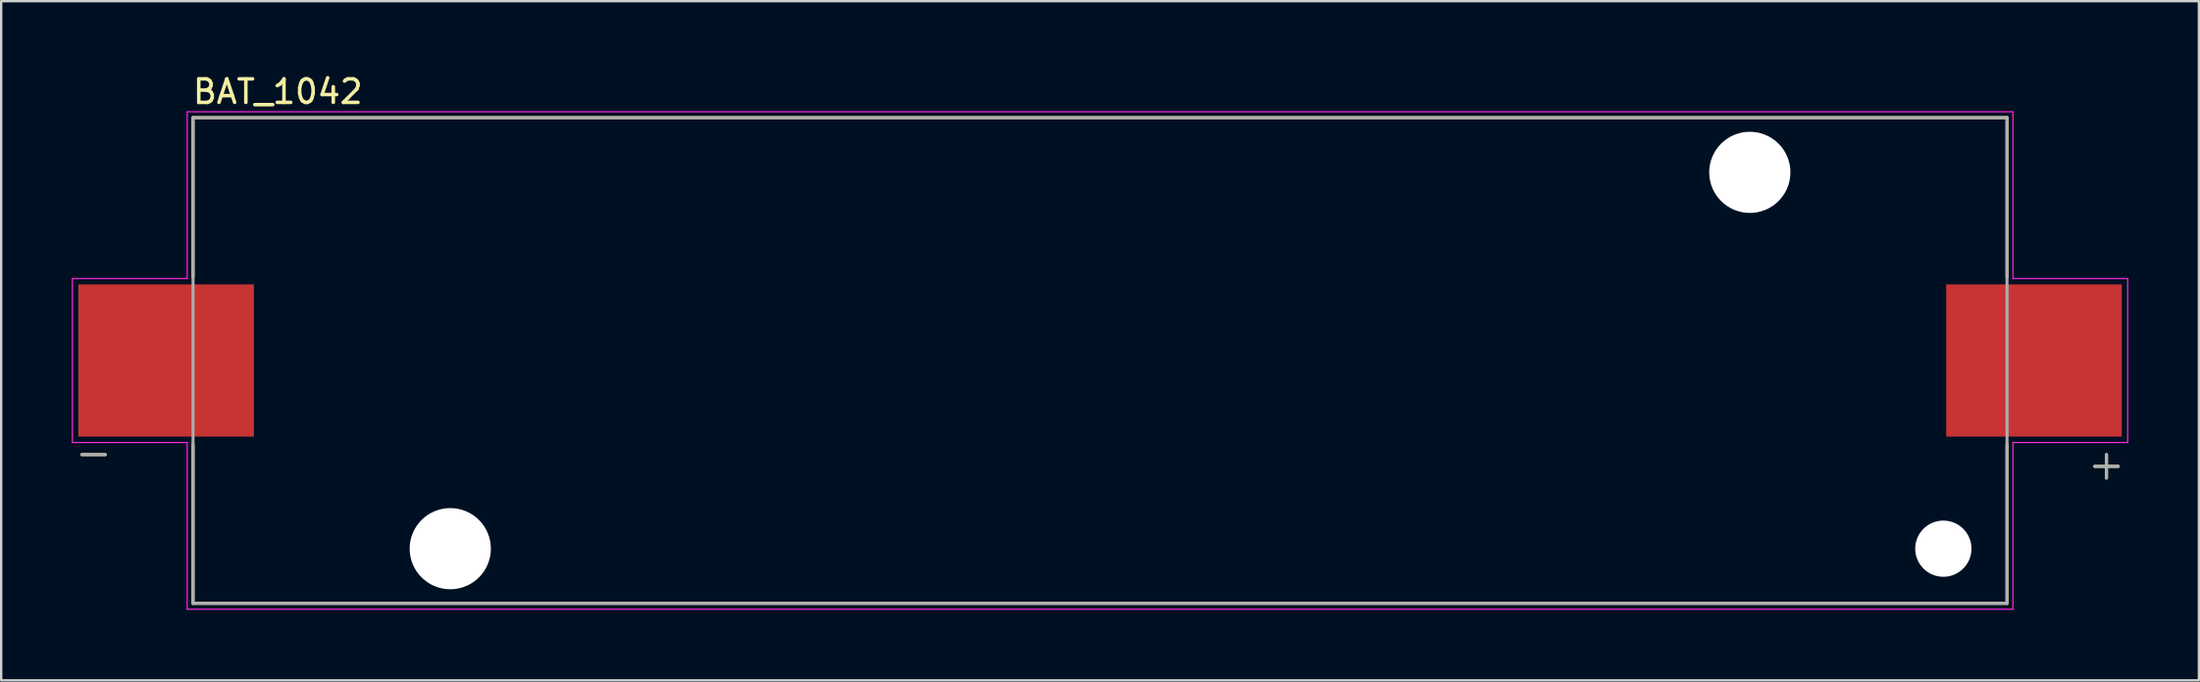
<source format=kicad_pcb>
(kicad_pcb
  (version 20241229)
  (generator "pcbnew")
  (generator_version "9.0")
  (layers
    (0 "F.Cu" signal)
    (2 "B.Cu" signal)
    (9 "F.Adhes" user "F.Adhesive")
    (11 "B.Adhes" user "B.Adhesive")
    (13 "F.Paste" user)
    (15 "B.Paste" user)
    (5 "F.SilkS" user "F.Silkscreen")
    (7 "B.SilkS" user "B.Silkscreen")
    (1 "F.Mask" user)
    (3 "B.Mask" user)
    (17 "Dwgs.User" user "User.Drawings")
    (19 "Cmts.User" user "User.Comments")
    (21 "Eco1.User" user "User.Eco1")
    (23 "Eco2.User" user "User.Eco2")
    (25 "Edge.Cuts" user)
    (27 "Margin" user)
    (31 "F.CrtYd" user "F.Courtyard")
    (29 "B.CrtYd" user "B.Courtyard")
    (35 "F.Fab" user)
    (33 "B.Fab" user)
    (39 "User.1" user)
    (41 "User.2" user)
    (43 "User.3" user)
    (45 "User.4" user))
  (footprint "BAT_1042"
    (layer "F.Cu")
    (at 43.675 12.278)
    (property "Reference" "BAT_1042" (at -34.925 -11.43 0) (layer "F.SilkS") (effects (font (size 1 1) (thickness 0.15))))
    (attr through_hole)
    (fp_line (start -43.25 4) (end -42.25 4) (stroke (width 0.127) (type solid)) (layer "F.SilkS"))
    (fp_line (start -38.525 -10.325) (end 38.525 -10.325) (stroke (width 0.127) (type solid)) (layer "F.SilkS"))
    (fp_line (start -38.525 -3.55) (end -38.525 -10.325) (stroke (width 0.127) (type solid)) (layer "F.SilkS"))
    (fp_line (start -38.525 10.325) (end -38.525 3.55) (stroke (width 0.127) (type solid)) (layer "F.SilkS"))
    (fp_line (start 38.525 -10.325) (end 38.525 -3.55) (stroke (width 0.127) (type solid)) (layer "F.SilkS"))
    (fp_line (start 38.525 3.55) (end 38.525 10.325) (stroke (width 0.127) (type solid)) (layer "F.SilkS"))
    (fp_line (start 38.525 10.325) (end -38.525 10.325) (stroke (width 0.127) (type solid)) (layer "F.SilkS"))
    (fp_line (start 42.25 4.5) (end 43.25 4.5) (stroke (width 0.127) (type solid)) (layer "F.SilkS"))
    (fp_line (start 42.75 4) (end 42.75 5) (stroke (width 0.127) (type solid)) (layer "F.SilkS"))
    (fp_line (start -43.65 -3.485) (end -38.775 -3.485) (stroke (width 0.05) (type solid)) (layer "F.CrtYd"))
    (fp_line (start -43.65 3.485) (end -43.65 -3.485) (stroke (width 0.05) (type solid)) (layer "F.CrtYd"))
    (fp_line (start -38.775 -10.575) (end 38.775 -10.575) (stroke (width 0.05) (type solid)) (layer "F.CrtYd"))
    (fp_line (start -38.775 -3.485) (end -38.775 -10.575) (stroke (width 0.05) (type solid)) (layer "F.CrtYd"))
    (fp_line (start -38.775 3.485) (end -43.65 3.485) (stroke (width 0.05) (type solid)) (layer "F.CrtYd"))
    (fp_line (start -38.775 10.575) (end -38.775 3.485) (stroke (width 0.05) (type solid)) (layer "F.CrtYd"))
    (fp_line (start 38.775 -10.575) (end 38.775 -3.485) (stroke (width 0.05) (type solid)) (layer "F.CrtYd"))
    (fp_line (start 38.775 -3.485) (end 43.65 -3.485) (stroke (width 0.05) (type solid)) (layer "F.CrtYd"))
    (fp_line (start 38.775 3.485) (end 38.775 10.575) (stroke (width 0.05) (type solid)) (layer "F.CrtYd"))
    (fp_line (start 38.775 10.575) (end -38.775 10.575) (stroke (width 0.05) (type solid)) (layer "F.CrtYd"))
    (fp_line (start 43.65 -3.485) (end 43.65 3.485) (stroke (width 0.05) (type solid)) (layer "F.CrtYd"))
    (fp_line (start 43.65 3.485) (end 38.775 3.485) (stroke (width 0.05) (type solid)) (layer "F.CrtYd"))
    (fp_line (start -43.25 4) (end -42.25 4) (stroke (width 0.127) (type solid)) (layer "F.Fab"))
    (fp_line (start -38.525 -10.325) (end 38.525 -10.325) (stroke (width 0.127) (type solid)) (layer "F.Fab"))
    (fp_line (start -38.525 10.325) (end -38.525 -10.325) (stroke (width 0.127) (type solid)) (layer "F.Fab"))
    (fp_line (start 38.525 -10.325) (end 38.525 10.325) (stroke (width 0.127) (type solid)) (layer "F.Fab"))
    (fp_line (start 38.525 10.325) (end -38.525 10.325) (stroke (width 0.127) (type solid)) (layer "F.Fab"))
    (fp_line (start 42.25 4.5) (end 43.25 4.5) (stroke (width 0.127) (type solid)) (layer "F.Fab"))
    (fp_line (start 42.75 4) (end 42.75 5) (stroke (width 0.127) (type solid)) (layer "F.Fab"))
    (pad "" np_thru_hole circle (at -27.6 8) (size 3.45 3.45) (drill 3.45) (layers "*.Cu" "*.Mask"))
    (pad "" np_thru_hole circle (at 27.6 -8) (size 3.45 3.45) (drill 3.45) (layers "*.Cu" "*.Mask"))
    (pad "" np_thru_hole circle (at 35.82 8) (size 2.39 2.39) (drill 2.39) (layers "*.Cu" "*.Mask"))
    (pad "N" smd rect (at -39.67 0) (size 7.46 6.47) (layers "F.Cu" "F.Mask" "F.Paste"))
    (pad "P" smd rect (at 39.67 0) (size 7.46 6.47) (layers "F.Cu" "F.Mask" "F.Paste")))
  (gr_rect
    (start -3 -3)
    (end 90.35 25.878)
    (stroke (width 0.1) (type default))
    (fill no)
    (layer "Edge.Cuts")))
</source>
